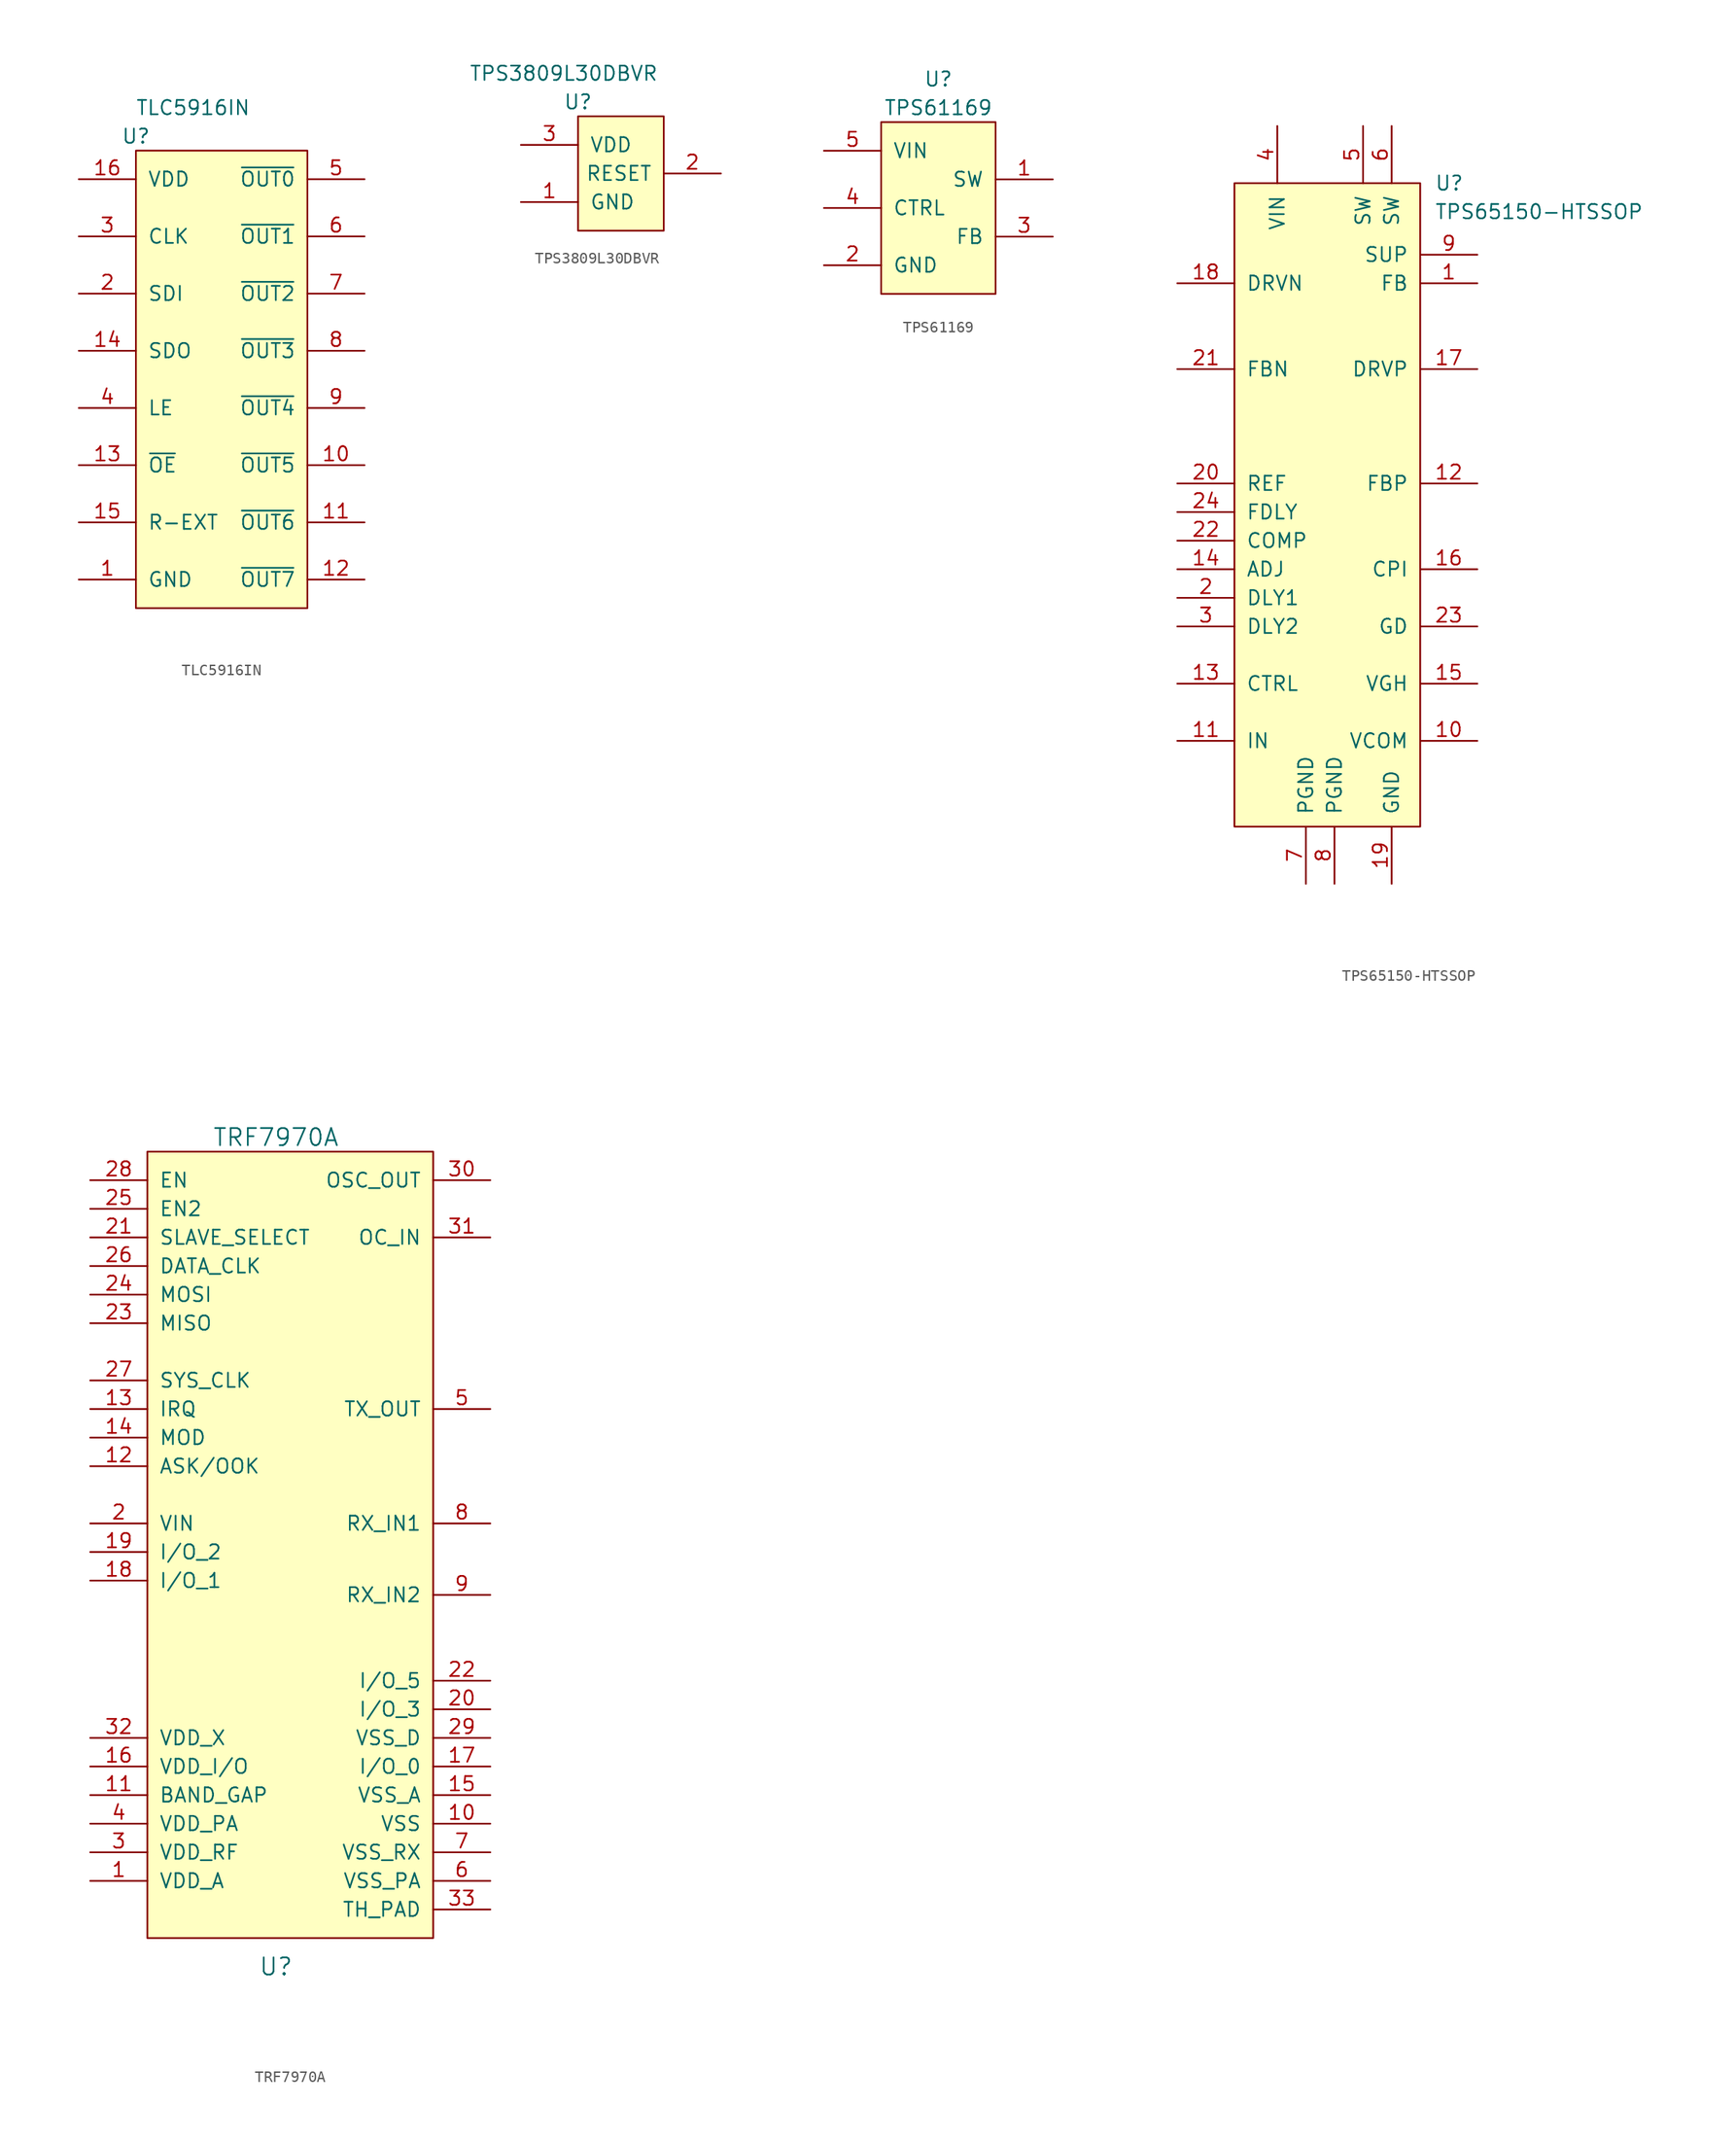
<source format=kicad_sym>
(kicad_symbol_lib
  (version 20201005)
  (generator kicad_symbol_editor)
  (symbol "goyman:TLC5916IN"
    (pin_names
      (offset 1.016))
    (property "Reference" "U"
      (at 0 1.27 0)
      (effects (font (size 1.27 1.27))))
    (property "Value" "TLC5916IN"
      (at 5.08 3.81 0)
      (effects (font (size 1.27 1.27))))
    (symbol "TLC5916IN_0_1"
      (rectangle (start 0 0) (end 15.24 -40.64) (stroke (width 0)) (fill (type background))))
    (symbol "TLC5916IN_1_1"
      (pin passive line (at -5.08 -38.1 0) (length 5.08) (name "GND" (effects (font (size 1.27 1.27)))) (number "1" (effects (font (size 1.27 1.27)))))
      (pin passive line (at 20.32 -27.94 180) (length 5.08) (name "~OUT5~" (effects (font (size 1.27 1.27)))) (number "10" (effects (font (size 1.27 1.27)))))
      (pin passive line (at 20.32 -33.02 180) (length 5.08) (name "~OUT6~" (effects (font (size 1.27 1.27)))) (number "11" (effects (font (size 1.27 1.27)))))
      (pin passive line (at 20.32 -38.1 180) (length 5.08) (name "~OUT7~" (effects (font (size 1.27 1.27)))) (number "12" (effects (font (size 1.27 1.27)))))
      (pin passive line (at -5.08 -27.94 0) (length 5.08) (name "~OE~" (effects (font (size 1.27 1.27)))) (number "13" (effects (font (size 1.27 1.27)))))
      (pin passive line (at -5.08 -17.78 0) (length 5.08) (name "SDO" (effects (font (size 1.27 1.27)))) (number "14" (effects (font (size 1.27 1.27)))))
      (pin passive line (at -5.08 -33.02 0) (length 5.08) (name "R-EXT" (effects (font (size 1.27 1.27)))) (number "15" (effects (font (size 1.27 1.27)))))
      (pin passive line (at -5.08 -2.54 0) (length 5.08) (name "VDD" (effects (font (size 1.27 1.27)))) (number "16" (effects (font (size 1.27 1.27)))))
      (pin passive line (at -5.08 -12.7 0) (length 5.08) (name "SDI" (effects (font (size 1.27 1.27)))) (number "2" (effects (font (size 1.27 1.27)))))
      (pin passive line (at -5.08 -7.62 0) (length 5.08) (name "CLK" (effects (font (size 1.27 1.27)))) (number "3" (effects (font (size 1.27 1.27)))))
      (pin passive line (at -5.08 -22.86 0) (length 5.08) (name "LE" (effects (font (size 1.27 1.27)))) (number "4" (effects (font (size 1.27 1.27)))))
      (pin passive line (at 20.32 -2.54 180) (length 5.08) (name "~OUT0~" (effects (font (size 1.27 1.27)))) (number "5" (effects (font (size 1.27 1.27)))))
      (pin passive line (at 20.32 -7.62 180) (length 5.08) (name "~OUT1~" (effects (font (size 1.27 1.27)))) (number "6" (effects (font (size 1.27 1.27)))))
      (pin passive line (at 20.32 -12.7 180) (length 5.08) (name "~OUT2~" (effects (font (size 1.27 1.27)))) (number "7" (effects (font (size 1.27 1.27)))))
      (pin passive line (at 20.32 -17.78 180) (length 5.08) (name "~OUT3~" (effects (font (size 1.27 1.27)))) (number "8" (effects (font (size 1.27 1.27)))))
      (pin passive line (at 20.32 -22.86 180) (length 5.08) (name "~OUT4~" (effects (font (size 1.27 1.27)))) (number "9" (effects (font (size 1.27 1.27)))))))
  (symbol "goyman:TPS3809L30DBVR"
    (pin_names
      (offset 1.016))
    (property "Reference" "U"
      (at 0 1.27 0)
      (effects (font (size 1.27 1.27))))
    (property "Value" "TPS3809L30DBVR"
      (at -1.27 3.81 0)
      (effects (font (size 1.27 1.27))))
    (symbol "TPS3809L30DBVR_0_1"
      (rectangle (start 0 0) (end 7.62 -10.16) (stroke (width 0)) (fill (type background))))
    (symbol "TPS3809L30DBVR_1_1"
      (pin power_in line (at -5.08 -7.62 0) (length 5.08) (name "GND" (effects (font (size 1.27 1.27)))) (number "1" (effects (font (size 1.27 1.27)))))
      (pin output line (at 12.7 -5.08 180) (length 5.08) (name "RESET" (effects (font (size 1.27 1.27)))) (number "2" (effects (font (size 1.27 1.27)))))
      (pin power_in line (at -5.08 -2.54 0) (length 5.08) (name "VDD" (effects (font (size 1.27 1.27)))) (number "3" (effects (font (size 1.27 1.27)))))))
  (symbol "goyman:TPS61169"
    (pin_names
      (offset 1.016))
    (property "Reference" "U"
      (at 5.08 3.81 0)
      (effects (font (size 1.27 1.27))))
    (property "Value" "TPS61169"
      (at 5.08 1.27 0)
      (effects (font (size 1.27 1.27))))
    (symbol "TPS61169_0_1"
      (rectangle (start 0 0) (end 10.16 -15.24) (stroke (width 0)) (fill (type background))))
    (symbol "TPS61169_1_1"
      (pin passive line (at 15.24 -5.08 180) (length 5.08) (name "SW" (effects (font (size 1.27 1.27)))) (number "1" (effects (font (size 1.27 1.27)))))
      (pin passive line (at -5.08 -12.7 0) (length 5.08) (name "GND" (effects (font (size 1.27 1.27)))) (number "2" (effects (font (size 1.27 1.27)))))
      (pin passive line (at 15.24 -10.16 180) (length 5.08) (name "FB" (effects (font (size 1.27 1.27)))) (number "3" (effects (font (size 1.27 1.27)))))
      (pin passive line (at -5.08 -7.62 0) (length 5.08) (name "CTRL" (effects (font (size 1.27 1.27)))) (number "4" (effects (font (size 1.27 1.27)))))
      (pin passive line (at -5.08 -2.54 0) (length 5.08) (name "VIN" (effects (font (size 1.27 1.27)))) (number "5" (effects (font (size 1.27 1.27)))))))
  (symbol "goyman:TPS65150-HTSSOP"
    (pin_names
      (offset 1.016))
    (property "Reference" "U"
      (at 17.78 0 0)
      (effects (font (size 1.27 1.27)) (justify left)))
    (property "Value" "TPS65150-HTSSOP"
      (at 17.78 -2.54 0)
      (effects (font (size 1.27 1.27)) (justify left)))
    (symbol "TPS65150-HTSSOP_0_1"
      (rectangle (start 16.51 0) (end 0 -57.15) (stroke (width 0)) (fill (type background))))
    (symbol "TPS65150-HTSSOP_1_1"
      (pin input line (at 21.59 -8.89 180) (length 5.08) (name "FB" (effects (font (size 1.27 1.27)))) (number "1" (effects (font (size 1.27 1.27)))))
      (pin power_out line (at 21.59 -49.53 180) (length 5.08) (name "VCOM" (effects (font (size 1.27 1.27)))) (number "10" (effects (font (size 1.27 1.27)))))
      (pin power_in line (at -5.08 -49.53 0) (length 5.08) (name "IN" (effects (font (size 1.27 1.27)))) (number "11" (effects (font (size 1.27 1.27)))))
      (pin power_in line (at 21.59 -26.67 180) (length 5.08) (name "FBP" (effects (font (size 1.27 1.27)))) (number "12" (effects (font (size 1.27 1.27)))))
      (pin input line (at -5.08 -44.45 0) (length 5.08) (name "CTRL" (effects (font (size 1.27 1.27)))) (number "13" (effects (font (size 1.27 1.27)))))
      (pin passive line (at -5.08 -34.29 0) (length 5.08) (name "ADJ" (effects (font (size 1.27 1.27)))) (number "14" (effects (font (size 1.27 1.27)))))
      (pin power_out line (at 21.59 -44.45 180) (length 5.08) (name "VGH" (effects (font (size 1.27 1.27)))) (number "15" (effects (font (size 1.27 1.27)))))
      (pin power_in line (at 21.59 -34.29 180) (length 5.08) (name "CPI" (effects (font (size 1.27 1.27)))) (number "16" (effects (font (size 1.27 1.27)))))
      (pin passive line (at 21.59 -16.51 180) (length 5.08) (name "DRVP" (effects (font (size 1.27 1.27)))) (number "17" (effects (font (size 1.27 1.27)))))
      (pin passive line (at -5.08 -8.89 0) (length 5.08) (name "DRVN" (effects (font (size 1.27 1.27)))) (number "18" (effects (font (size 1.27 1.27)))))
      (pin power_in line (at 13.97 -62.23 90) (length 5.08) (name "GND" (effects (font (size 1.27 1.27)))) (number "19" (effects (font (size 1.27 1.27)))))
      (pin passive line (at -5.08 -36.83 0) (length 5.08) (name "DLY1" (effects (font (size 1.27 1.27)))) (number "2" (effects (font (size 1.27 1.27)))))
      (pin output line (at -5.08 -26.67 0) (length 5.08) (name "REF" (effects (font (size 1.27 1.27)))) (number "20" (effects (font (size 1.27 1.27)))))
      (pin input line (at -5.08 -16.51 0) (length 5.08) (name "FBN" (effects (font (size 1.27 1.27)))) (number "21" (effects (font (size 1.27 1.27)))))
      (pin output line (at -5.08 -31.75 0) (length 5.08) (name "COMP" (effects (font (size 1.27 1.27)))) (number "22" (effects (font (size 1.27 1.27)))))
      (pin passive line (at 21.59 -39.37 180) (length 5.08) (name "GD" (effects (font (size 1.27 1.27)))) (number "23" (effects (font (size 1.27 1.27)))))
      (pin passive line (at -5.08 -29.21 0) (length 5.08) (name "FDLY" (effects (font (size 1.27 1.27)))) (number "24" (effects (font (size 1.27 1.27)))))
      (pin passive line (at -5.08 -39.37 0) (length 5.08) (name "DLY2" (effects (font (size 1.27 1.27)))) (number "3" (effects (font (size 1.27 1.27)))))
      (pin power_in line (at 3.81 5.08 270) (length 5.08) (name "VIN" (effects (font (size 1.27 1.27)))) (number "4" (effects (font (size 1.27 1.27)))))
      (pin passive line (at 11.43 5.08 270) (length 5.08) (name "SW" (effects (font (size 1.27 1.27)))) (number "5" (effects (font (size 1.27 1.27)))))
      (pin passive line (at 13.97 5.08 270) (length 5.08) (name "SW" (effects (font (size 1.27 1.27)))) (number "6" (effects (font (size 1.27 1.27)))))
      (pin power_in line (at 6.35 -62.23 90) (length 5.08) (name "PGND" (effects (font (size 1.27 1.27)))) (number "7" (effects (font (size 1.27 1.27)))))
      (pin power_in line (at 8.89 -62.23 90) (length 5.08) (name "PGND" (effects (font (size 1.27 1.27)))) (number "8" (effects (font (size 1.27 1.27)))))
      (pin passive line (at 21.59 -6.35 180) (length 5.08) (name "SUP" (effects (font (size 1.27 1.27)))) (number "9" (effects (font (size 1.27 1.27)))))))
  (symbol "goyman:TRF7970A"
    (pin_names
      (offset 1.016))
    (property "Reference" "U"
      (at -1.27 -34.29 0)
      (effects (font (size 1.524 1.524))))
    (property "Value" "TRF7970A"
      (at -1.27 39.37 0)
      (effects (font (size 1.524 1.524))))
    (symbol "TRF7970A_0_1"
      (rectangle (start 12.7 38.1) (end -12.7 -31.75) (stroke (width 0)) (fill (type background))))
    (symbol "TRF7970A_1_1"
      (pin input line (at -17.78 -26.67 0) (length 5.08) (name "VDD_A" (effects (font (size 1.27 1.27)))) (number "1" (effects (font (size 1.27 1.27)))))
      (pin input line (at 17.78 -21.59 180) (length 5.08) (name "VSS" (effects (font (size 1.27 1.27)))) (number "10" (effects (font (size 1.27 1.27)))))
      (pin input line (at -17.78 -19.05 0) (length 5.08) (name "BAND_GAP" (effects (font (size 1.27 1.27)))) (number "11" (effects (font (size 1.27 1.27)))))
      (pin input line (at -17.78 10.16 0) (length 5.08) (name "ASK/OOK" (effects (font (size 1.27 1.27)))) (number "12" (effects (font (size 1.27 1.27)))))
      (pin input line (at -17.78 15.24 0) (length 5.08) (name "IRQ" (effects (font (size 1.27 1.27)))) (number "13" (effects (font (size 1.27 1.27)))))
      (pin input line (at -17.78 12.7 0) (length 5.08) (name "MOD" (effects (font (size 1.27 1.27)))) (number "14" (effects (font (size 1.27 1.27)))))
      (pin input line (at 17.78 -19.05 180) (length 5.08) (name "VSS_A" (effects (font (size 1.27 1.27)))) (number "15" (effects (font (size 1.27 1.27)))))
      (pin input line (at -17.78 -16.51 0) (length 5.08) (name "VDD_I/O" (effects (font (size 1.27 1.27)))) (number "16" (effects (font (size 1.27 1.27)))))
      (pin input line (at 17.78 -16.51 180) (length 5.08) (name "I/O_0" (effects (font (size 1.27 1.27)))) (number "17" (effects (font (size 1.27 1.27)))))
      (pin input line (at -17.78 0 0) (length 5.08) (name "I/O_1" (effects (font (size 1.27 1.27)))) (number "18" (effects (font (size 1.27 1.27)))))
      (pin input line (at -17.78 2.54 0) (length 5.08) (name "I/O_2" (effects (font (size 1.27 1.27)))) (number "19" (effects (font (size 1.27 1.27)))))
      (pin input line (at -17.78 5.08 0) (length 5.08) (name "VIN" (effects (font (size 1.27 1.27)))) (number "2" (effects (font (size 1.27 1.27)))))
      (pin input line (at 17.78 -11.43 180) (length 5.08) (name "I/O_3" (effects (font (size 1.27 1.27)))) (number "20" (effects (font (size 1.27 1.27)))))
      (pin input line (at -17.78 30.48 0) (length 5.08) (name "SLAVE_SELECT" (effects (font (size 1.27 1.27)))) (number "21" (effects (font (size 1.27 1.27)))))
      (pin input line (at 17.78 -8.89 180) (length 5.08) (name "I/O_5" (effects (font (size 1.27 1.27)))) (number "22" (effects (font (size 1.27 1.27)))))
      (pin input line (at -17.78 22.86 0) (length 5.08) (name "MISO" (effects (font (size 1.27 1.27)))) (number "23" (effects (font (size 1.27 1.27)))))
      (pin input line (at -17.78 25.4 0) (length 5.08) (name "MOSI" (effects (font (size 1.27 1.27)))) (number "24" (effects (font (size 1.27 1.27)))))
      (pin input line (at -17.78 33.02 0) (length 5.08) (name "EN2" (effects (font (size 1.27 1.27)))) (number "25" (effects (font (size 1.27 1.27)))))
      (pin input line (at -17.78 27.94 0) (length 5.08) (name "DATA_CLK" (effects (font (size 1.27 1.27)))) (number "26" (effects (font (size 1.27 1.27)))))
      (pin input line (at -17.78 17.78 0) (length 5.08) (name "SYS_CLK" (effects (font (size 1.27 1.27)))) (number "27" (effects (font (size 1.27 1.27)))))
      (pin input line (at -17.78 35.56 0) (length 5.08) (name "EN" (effects (font (size 1.27 1.27)))) (number "28" (effects (font (size 1.27 1.27)))))
      (pin input line (at 17.78 -13.97 180) (length 5.08) (name "VSS_D" (effects (font (size 1.27 1.27)))) (number "29" (effects (font (size 1.27 1.27)))))
      (pin input line (at -17.78 -24.13 0) (length 5.08) (name "VDD_RF" (effects (font (size 1.27 1.27)))) (number "3" (effects (font (size 1.27 1.27)))))
      (pin input line (at 17.78 35.56 180) (length 5.08) (name "OSC_OUT" (effects (font (size 1.27 1.27)))) (number "30" (effects (font (size 1.27 1.27)))))
      (pin input line (at 17.78 30.48 180) (length 5.08) (name "OC_IN" (effects (font (size 1.27 1.27)))) (number "31" (effects (font (size 1.27 1.27)))))
      (pin input line (at -17.78 -13.97 0) (length 5.08) (name "VDD_X" (effects (font (size 1.27 1.27)))) (number "32" (effects (font (size 1.27 1.27)))))
      (pin input line (at 17.78 -29.21 180) (length 5.08) (name "TH_PAD" (effects (font (size 1.27 1.27)))) (number "33" (effects (font (size 1.27 1.27)))))
      (pin input line (at -17.78 -21.59 0) (length 5.08) (name "VDD_PA" (effects (font (size 1.27 1.27)))) (number "4" (effects (font (size 1.27 1.27)))))
      (pin input line (at 17.78 15.24 180) (length 5.08) (name "TX_OUT" (effects (font (size 1.27 1.27)))) (number "5" (effects (font (size 1.27 1.27)))))
      (pin input line (at 17.78 -26.67 180) (length 5.08) (name "VSS_PA" (effects (font (size 1.27 1.27)))) (number "6" (effects (font (size 1.27 1.27)))))
      (pin input line (at 17.78 -24.13 180) (length 5.08) (name "VSS_RX" (effects (font (size 1.27 1.27)))) (number "7" (effects (font (size 1.27 1.27)))))
      (pin input line (at 17.78 5.08 180) (length 5.08) (name "RX_IN1" (effects (font (size 1.27 1.27)))) (number "8" (effects (font (size 1.27 1.27)))))
      (pin input line (at 17.78 -1.27 180) (length 5.08) (name "RX_IN2" (effects (font (size 1.27 1.27)))) (number "9" (effects (font (size 1.27 1.27))))))))
</source>
